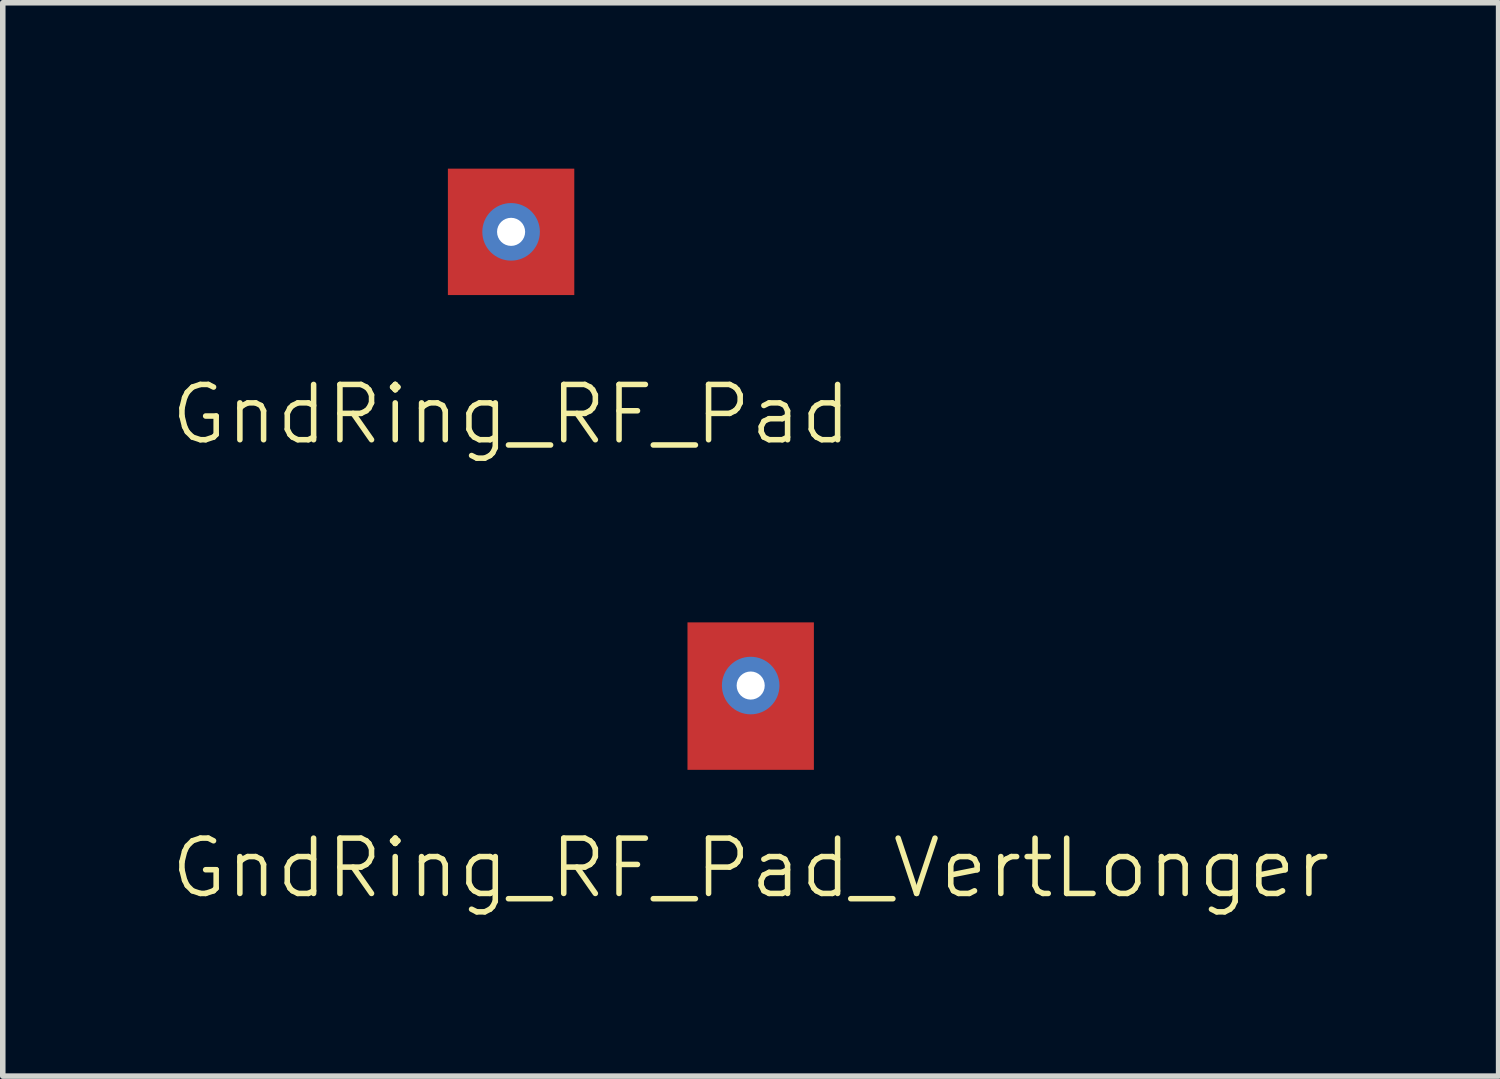
<source format=kicad_pcb>
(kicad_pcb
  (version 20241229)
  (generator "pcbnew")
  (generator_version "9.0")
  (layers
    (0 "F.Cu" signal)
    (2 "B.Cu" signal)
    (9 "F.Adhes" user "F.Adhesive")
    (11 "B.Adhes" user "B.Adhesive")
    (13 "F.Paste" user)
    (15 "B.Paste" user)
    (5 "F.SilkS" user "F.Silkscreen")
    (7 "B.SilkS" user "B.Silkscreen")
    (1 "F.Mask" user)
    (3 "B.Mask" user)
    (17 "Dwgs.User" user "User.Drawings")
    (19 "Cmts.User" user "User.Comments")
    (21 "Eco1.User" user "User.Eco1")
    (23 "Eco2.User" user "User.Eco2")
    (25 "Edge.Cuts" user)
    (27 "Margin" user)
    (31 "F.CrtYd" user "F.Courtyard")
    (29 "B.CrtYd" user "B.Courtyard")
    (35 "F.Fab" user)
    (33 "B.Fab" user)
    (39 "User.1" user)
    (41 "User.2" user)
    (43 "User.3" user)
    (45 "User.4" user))
  (footprint "GndRing_RF_Pad"
    (layer "F.Cu")
    (at 6.193 1.143)
    (property "Reference" "GndRing_RF_Pad" (at 0 3.302 0) (unlocked yes) (layer "F.SilkS") (effects (font (size 1 1) (thickness 0.1))))
    (attr through_hole)
    (pad "" smd circle (at 0 0) (size 2.134 2.134) (layers "B.Mask"))
    (pad "1" thru_hole circle (at 0 0) (size 1.041 1.041) (drill 0.508) (layers "*.Cu" "*.Mask"))
    (pad "1" smd rect (at 0 0) (size 2.286 2.286) (layers "F.Cu" "F.Mask")))
  (footprint "GndRing_RF_Pad_VertLonger"
    (layer "F.Cu")
    (at 10.526 9.348)
    (property "Reference" "GndRing_RF_Pad_VertLonger" (at 0 3.302 0) (unlocked yes) (layer "F.SilkS") (effects (font (size 1 1) (thickness 0.1))))
    (attr through_hole)
    (pad "" smd circle (at 0 0) (size 2.134 2.134) (layers "B.Mask"))
    (pad "1" thru_hole circle (at 0 0) (size 1.041 1.041) (drill 0.508) (layers "*.Cu" "*.Mask"))
    (pad "1" smd rect (at 0 0.191) (size 2.286 2.667) (layers "F.Cu" "F.Mask")))
  (gr_rect
    (start -3 -3)
    (end 24.052 16.411)
    (stroke (width 0.1) (type default))
    (fill no)
    (layer "Edge.Cuts")))
</source>
